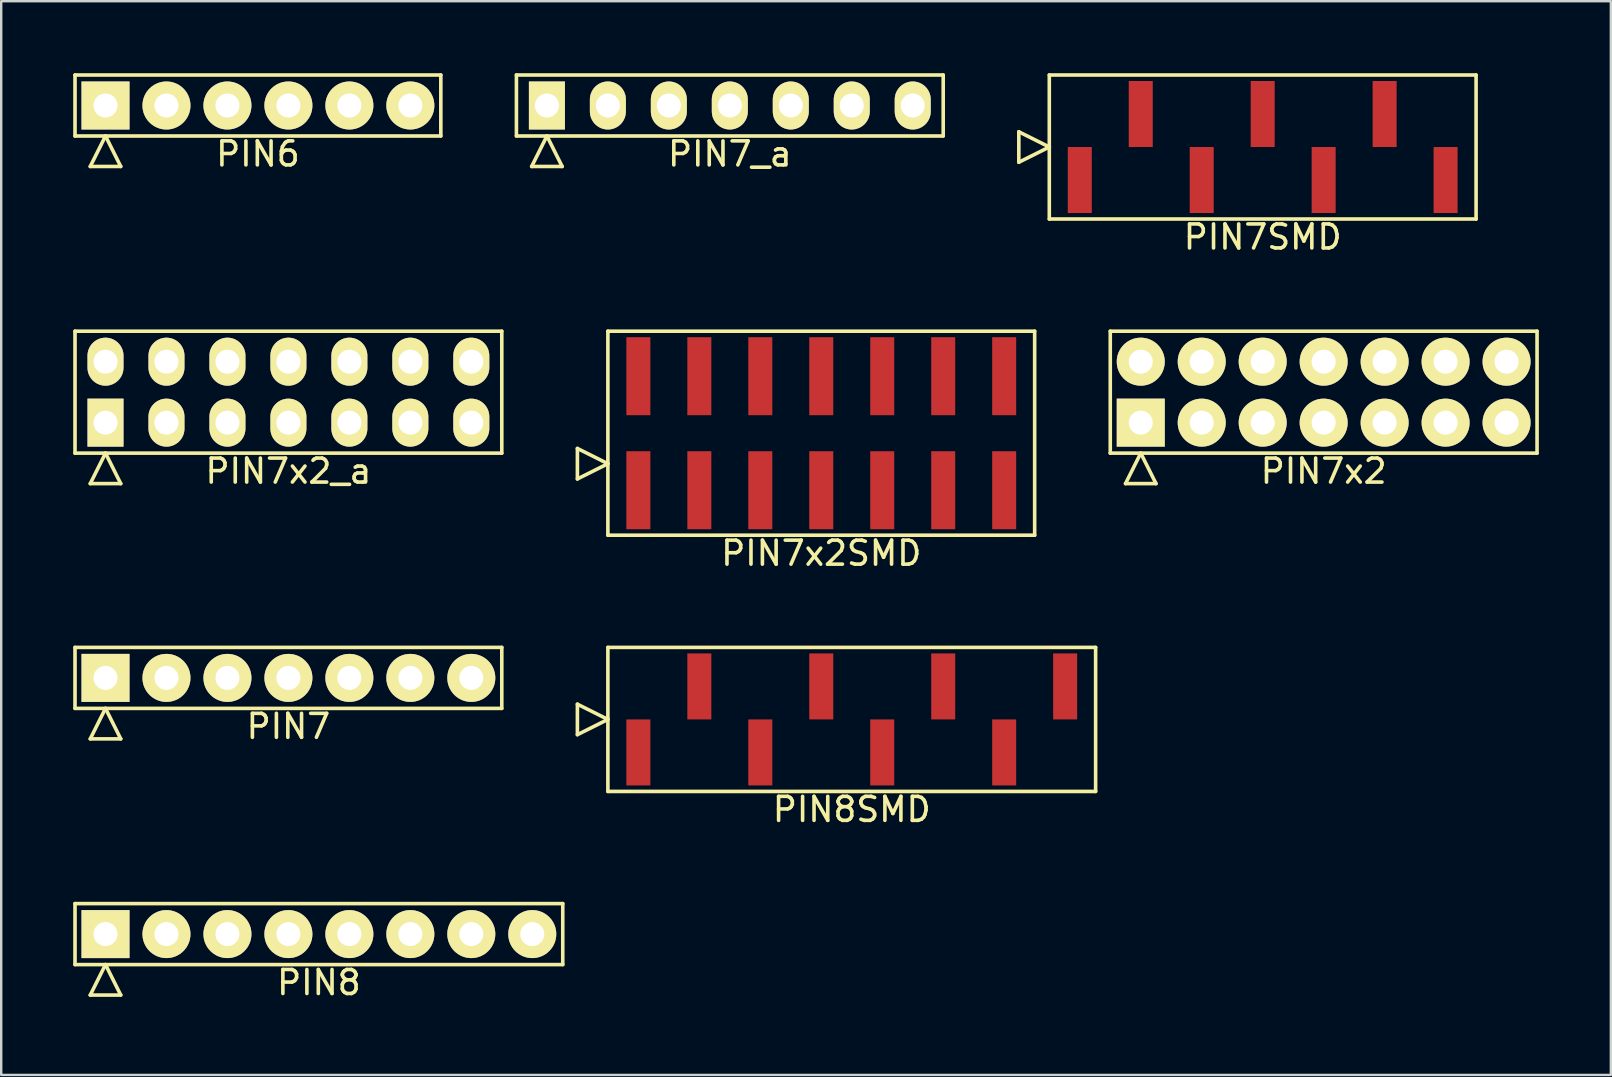
<source format=kicad_pcb>
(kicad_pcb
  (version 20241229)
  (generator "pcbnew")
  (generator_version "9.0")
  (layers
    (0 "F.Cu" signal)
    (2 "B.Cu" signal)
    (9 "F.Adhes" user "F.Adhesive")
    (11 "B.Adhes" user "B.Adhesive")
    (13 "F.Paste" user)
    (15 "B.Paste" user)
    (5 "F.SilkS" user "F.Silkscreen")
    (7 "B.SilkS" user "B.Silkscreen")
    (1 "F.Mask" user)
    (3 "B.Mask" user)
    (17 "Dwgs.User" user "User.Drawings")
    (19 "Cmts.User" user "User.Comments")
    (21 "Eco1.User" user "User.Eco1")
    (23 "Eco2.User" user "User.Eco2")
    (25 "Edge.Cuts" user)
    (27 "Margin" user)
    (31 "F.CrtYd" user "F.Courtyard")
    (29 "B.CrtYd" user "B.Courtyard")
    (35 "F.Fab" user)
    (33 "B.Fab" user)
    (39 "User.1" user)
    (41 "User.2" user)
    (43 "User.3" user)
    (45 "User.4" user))
  (footprint "PIN7x2"
    (layer "F.Cu")
    (at 52.095 13.288)
    (property "Reference" "PIN7x2" (at 0 3.29 0) (layer "F.SilkS") (effects (font (size 1 1) (thickness 0.15))))
    (attr through_hole)
    (fp_line (start -8.89 -2.54) (end -8.89 2.54) (stroke (width 0.15) (type solid)) (layer "F.SilkS"))
    (fp_line (start -8.89 2.54) (end 8.89 2.54) (stroke (width 0.15) (type solid)) (layer "F.SilkS"))
    (fp_line (start -8.255 3.81) (end -7.62 2.54) (stroke (width 0.15) (type solid)) (layer "F.SilkS"))
    (fp_line (start -8.255 3.81) (end -6.985 3.81) (stroke (width 0.15) (type solid)) (layer "F.SilkS"))
    (fp_line (start -6.985 3.81) (end -7.62 2.54) (stroke (width 0.15) (type solid)) (layer "F.SilkS"))
    (fp_line (start 8.89 -2.54) (end -8.89 -2.54) (stroke (width 0.15) (type solid)) (layer "F.SilkS"))
    (fp_line (start 8.89 2.54) (end 8.89 -2.54) (stroke (width 0.15) (type solid)) (layer "F.SilkS"))
    (pad "1" thru_hole rect (at -7.62 1.27) (size 2 2) (drill 1) (layers "*.Cu" "*.Mask" "F.SilkS"))
    (pad "2" thru_hole oval (at -7.62 -1.27) (size 2 2) (drill 1) (layers "*.Cu" "*.Mask" "F.SilkS"))
    (pad "3" thru_hole oval (at -5.08 1.27) (size 2 2) (drill 1) (layers "*.Cu" "*.Mask" "F.SilkS"))
    (pad "4" thru_hole oval (at -5.08 -1.27) (size 2 2) (drill 1) (layers "*.Cu" "*.Mask" "F.SilkS"))
    (pad "5" thru_hole oval (at -2.54 1.27) (size 2 2) (drill 1) (layers "*.Cu" "*.Mask" "F.SilkS"))
    (pad "6" thru_hole oval (at -2.54 -1.27) (size 2 2) (drill 1) (layers "*.Cu" "*.Mask" "F.SilkS"))
    (pad "7" thru_hole oval (at 0 1.27) (size 2 2) (drill 1) (layers "*.Cu" "*.Mask" "F.SilkS"))
    (pad "8" thru_hole oval (at 0 -1.27) (size 2 2) (drill 1) (layers "*.Cu" "*.Mask" "F.SilkS"))
    (pad "9" thru_hole oval (at 2.54 1.27) (size 2 2) (drill 1) (layers "*.Cu" "*.Mask" "F.SilkS"))
    (pad "10" thru_hole oval (at 2.54 -1.27) (size 2 2) (drill 1) (layers "*.Cu" "*.Mask" "F.SilkS"))
    (pad "11" thru_hole oval (at 5.08 1.27) (size 2 2) (drill 1) (layers "*.Cu" "*.Mask" "F.SilkS"))
    (pad "12" thru_hole oval (at 5.08 -1.27) (size 2 2) (drill 1) (layers "*.Cu" "*.Mask" "F.SilkS"))
    (pad "13" thru_hole oval (at 7.62 1.27) (size 2 2) (drill 1) (layers "*.Cu" "*.Mask" "F.SilkS"))
    (pad "14" thru_hole oval (at 7.62 -1.27) (size 2 2) (drill 1) (layers "*.Cu" "*.Mask" "F.SilkS")))
  (footprint "PIN7"
    (layer "F.Cu")
    (at 8.965 25.192)
    (property "Reference" "PIN7" (at 0 2.02 0) (layer "F.SilkS") (effects (font (size 1 1) (thickness 0.15))))
    (attr through_hole)
    (fp_line (start -8.89 -1.27) (end -8.89 1.27) (stroke (width 0.15) (type solid)) (layer "F.SilkS"))
    (fp_line (start -8.89 1.27) (end 8.89 1.27) (stroke (width 0.15) (type solid)) (layer "F.SilkS"))
    (fp_line (start -8.255 2.54) (end -7.62 1.27) (stroke (width 0.15) (type solid)) (layer "F.SilkS"))
    (fp_line (start -8.255 2.54) (end -6.985 2.54) (stroke (width 0.15) (type solid)) (layer "F.SilkS"))
    (fp_line (start -6.985 2.54) (end -7.62 1.27) (stroke (width 0.15) (type solid)) (layer "F.SilkS"))
    (fp_line (start 8.89 -1.27) (end -8.89 -1.27) (stroke (width 0.15) (type solid)) (layer "F.SilkS"))
    (fp_line (start 8.89 1.27) (end 8.89 -1.27) (stroke (width 0.15) (type solid)) (layer "F.SilkS"))
    (pad "1" thru_hole rect (at -7.62 0) (size 2 2) (drill 1) (layers "*.Cu" "*.Mask" "F.SilkS"))
    (pad "2" thru_hole oval (at -5.08 0) (size 2 2) (drill 1) (layers "*.Cu" "*.Mask" "F.SilkS"))
    (pad "3" thru_hole oval (at -2.54 0) (size 2 2) (drill 1) (layers "*.Cu" "*.Mask" "F.SilkS"))
    (pad "4" thru_hole oval (at 0 0) (size 2 2) (drill 1) (layers "*.Cu" "*.Mask" "F.SilkS"))
    (pad "5" thru_hole oval (at 2.54 0) (size 2 2) (drill 1) (layers "*.Cu" "*.Mask" "F.SilkS"))
    (pad "6" thru_hole oval (at 5.08 0) (size 2 2) (drill 1) (layers "*.Cu" "*.Mask" "F.SilkS"))
    (pad "7" thru_hole oval (at 7.62 0) (size 2 2) (drill 1) (layers "*.Cu" "*.Mask" "F.SilkS")))
  (footprint "PIN8"
    (layer "F.Cu")
    (at 10.235 35.865)
    (property "Reference" "PIN8" (at 0 2.02 0) (layer "F.SilkS") (effects (font (size 1 1) (thickness 0.15))))
    (attr through_hole)
    (fp_line (start -10.16 -1.27) (end -10.16 1.27) (stroke (width 0.15) (type solid)) (layer "F.SilkS"))
    (fp_line (start -10.16 1.27) (end 10.16 1.27) (stroke (width 0.15) (type solid)) (layer "F.SilkS"))
    (fp_line (start -9.525 2.54) (end -8.89 1.27) (stroke (width 0.15) (type solid)) (layer "F.SilkS"))
    (fp_line (start -9.525 2.54) (end -8.255 2.54) (stroke (width 0.15) (type solid)) (layer "F.SilkS"))
    (fp_line (start -8.255 2.54) (end -8.89 1.27) (stroke (width 0.15) (type solid)) (layer "F.SilkS"))
    (fp_line (start 10.16 -1.27) (end -10.16 -1.27) (stroke (width 0.15) (type solid)) (layer "F.SilkS"))
    (fp_line (start 10.16 1.27) (end 10.16 -1.27) (stroke (width 0.15) (type solid)) (layer "F.SilkS"))
    (pad "1" thru_hole rect (at -8.89 0) (size 2 2) (drill 1) (layers "*.Cu" "*.Mask" "F.SilkS"))
    (pad "2" thru_hole oval (at -6.35 0) (size 2 2) (drill 1) (layers "*.Cu" "*.Mask" "F.SilkS"))
    (pad "3" thru_hole oval (at -3.81 0) (size 2 2) (drill 1) (layers "*.Cu" "*.Mask" "F.SilkS"))
    (pad "4" thru_hole oval (at -1.27 0) (size 2 2) (drill 1) (layers "*.Cu" "*.Mask" "F.SilkS"))
    (pad "5" thru_hole oval (at 1.27 0) (size 2 2) (drill 1) (layers "*.Cu" "*.Mask" "F.SilkS"))
    (pad "6" thru_hole oval (at 3.81 0) (size 2 2) (drill 1) (layers "*.Cu" "*.Mask" "F.SilkS"))
    (pad "7" thru_hole oval (at 6.35 0) (size 2 2) (drill 1) (layers "*.Cu" "*.Mask" "F.SilkS"))
    (pad "8" thru_hole oval (at 8.89 0) (size 2 2) (drill 1) (layers "*.Cu" "*.Mask" "F.SilkS")))
  (footprint "PIN7x2SMD"
    (layer "F.Cu")
    (at 31.165 14.998)
    (property "Reference" "PIN7x2SMD" (at 0 5 0) (layer "F.SilkS") (effects (font (size 1 1) (thickness 0.15))))
    (attr through_hole)
    (fp_line (start -10.16 1.905) (end -10.16 0.635) (stroke (width 0.15) (type solid)) (layer "F.SilkS"))
    (fp_line (start -8.89 -4.25) (end -8.89 4.25) (stroke (width 0.15) (type solid)) (layer "F.SilkS"))
    (fp_line (start -8.89 1.27) (end -10.16 0.635) (stroke (width 0.15) (type solid)) (layer "F.SilkS"))
    (fp_line (start -8.89 1.27) (end -10.16 1.905) (stroke (width 0.15) (type solid)) (layer "F.SilkS"))
    (fp_line (start -8.89 4.25) (end 8.89 4.25) (stroke (width 0.15) (type solid)) (layer "F.SilkS"))
    (fp_line (start 8.89 -4.25) (end -8.89 -4.25) (stroke (width 0.15) (type solid)) (layer "F.SilkS"))
    (fp_line (start 8.89 4.25) (end 8.89 -4.25) (stroke (width 0.15) (type solid)) (layer "F.SilkS"))
    (pad "1" smd rect (at -7.62 2.375) (size 1 3.25) (layers "F.Cu" "F.Mask" "F.Paste"))
    (pad "2" smd rect (at -7.62 -2.375) (size 1 3.25) (layers "F.Cu" "F.Mask" "F.Paste"))
    (pad "3" smd rect (at -5.08 2.375) (size 1 3.25) (layers "F.Cu" "F.Mask" "F.Paste"))
    (pad "4" smd rect (at -5.08 -2.375) (size 1 3.25) (layers "F.Cu" "F.Mask" "F.Paste"))
    (pad "5" smd rect (at -2.54 2.375) (size 1 3.25) (layers "F.Cu" "F.Mask" "F.Paste"))
    (pad "6" smd rect (at -2.54 -2.375) (size 1 3.25) (layers "F.Cu" "F.Mask" "F.Paste"))
    (pad "7" smd rect (at 0 2.375) (size 1 3.25) (layers "F.Cu" "F.Mask" "F.Paste"))
    (pad "8" smd rect (at 0 -2.375) (size 1 3.25) (layers "F.Cu" "F.Mask" "F.Paste"))
    (pad "9" smd rect (at 2.54 2.375) (size 1 3.25) (layers "F.Cu" "F.Mask" "F.Paste"))
    (pad "10" smd rect (at 2.54 -2.375) (size 1 3.25) (layers "F.Cu" "F.Mask" "F.Paste"))
    (pad "11" smd rect (at 5.08 2.375) (size 1 3.25) (layers "F.Cu" "F.Mask" "F.Paste"))
    (pad "12" smd rect (at 5.08 -2.375) (size 1 3.25) (layers "F.Cu" "F.Mask" "F.Paste"))
    (pad "13" smd rect (at 7.62 2.375) (size 1 3.25) (layers "F.Cu" "F.Mask" "F.Paste"))
    (pad "14" smd rect (at 7.62 -2.375) (size 1 3.25) (layers "F.Cu" "F.Mask" "F.Paste")))
  (footprint "PIN8SMD"
    (layer "F.Cu")
    (at 32.435 26.922)
    (property "Reference" "PIN8SMD" (at 0 3.75 0) (layer "F.SilkS") (effects (font (size 1 1) (thickness 0.15))))
    (attr through_hole)
    (fp_line (start -11.43 0.635) (end -11.43 -0.635) (stroke (width 0.15) (type solid)) (layer "F.SilkS"))
    (fp_line (start -10.16 -3) (end -10.16 3) (stroke (width 0.15) (type solid)) (layer "F.SilkS"))
    (fp_line (start -10.16 0) (end -11.43 -0.635) (stroke (width 0.15) (type solid)) (layer "F.SilkS"))
    (fp_line (start -10.16 0) (end -11.43 0.635) (stroke (width 0.15) (type solid)) (layer "F.SilkS"))
    (fp_line (start -10.16 3) (end 10.16 3) (stroke (width 0.15) (type solid)) (layer "F.SilkS"))
    (fp_line (start 10.16 -3) (end -10.16 -3) (stroke (width 0.15) (type solid)) (layer "F.SilkS"))
    (fp_line (start 10.16 3) (end 10.16 -3) (stroke (width 0.15) (type solid)) (layer "F.SilkS"))
    (pad "1" smd rect (at -8.89 1.375) (size 1 2.75) (layers "F.Cu" "F.Mask" "F.Paste"))
    (pad "2" smd rect (at -6.35 -1.375) (size 1 2.75) (layers "F.Cu" "F.Mask" "F.Paste"))
    (pad "3" smd rect (at -3.81 1.375) (size 1 2.75) (layers "F.Cu" "F.Mask" "F.Paste"))
    (pad "4" smd rect (at -1.27 -1.375) (size 1 2.75) (layers "F.Cu" "F.Mask" "F.Paste"))
    (pad "5" smd rect (at 1.27 1.375) (size 1 2.75) (layers "F.Cu" "F.Mask" "F.Paste"))
    (pad "6" smd rect (at 3.81 -1.375) (size 1 2.75) (layers "F.Cu" "F.Mask" "F.Paste"))
    (pad "7" smd rect (at 6.35 1.375) (size 1 2.75) (layers "F.Cu" "F.Mask" "F.Paste"))
    (pad "8" smd rect (at 8.89 -1.375) (size 1 2.75) (layers "F.Cu" "F.Mask" "F.Paste")))
  (footprint "PIN7_a"
    (layer "F.Cu")
    (at 27.355 1.345)
    (property "Reference" "PIN7_a" (at 0 2.02 0) (layer "F.SilkS") (effects (font (size 1 1) (thickness 0.15))))
    (attr through_hole)
    (fp_line (start -8.89 -1.27) (end -8.89 1.27) (stroke (width 0.15) (type solid)) (layer "F.SilkS"))
    (fp_line (start -8.89 1.27) (end 8.89 1.27) (stroke (width 0.15) (type solid)) (layer "F.SilkS"))
    (fp_line (start -8.255 2.54) (end -7.62 1.27) (stroke (width 0.15) (type solid)) (layer "F.SilkS"))
    (fp_line (start -8.255 2.54) (end -6.985 2.54) (stroke (width 0.15) (type solid)) (layer "F.SilkS"))
    (fp_line (start -6.985 2.54) (end -7.62 1.27) (stroke (width 0.15) (type solid)) (layer "F.SilkS"))
    (fp_line (start 8.89 -1.27) (end -8.89 -1.27) (stroke (width 0.15) (type solid)) (layer "F.SilkS"))
    (fp_line (start 8.89 1.27) (end 8.89 -1.27) (stroke (width 0.15) (type solid)) (layer "F.SilkS"))
    (pad "1" thru_hole rect (at -7.62 0) (size 1.5 2) (drill 1) (layers "*.Cu" "*.Mask" "F.SilkS"))
    (pad "2" thru_hole oval (at -5.08 0) (size 1.5 2) (drill 1) (layers "*.Cu" "*.Mask" "F.SilkS"))
    (pad "3" thru_hole oval (at -2.54 0) (size 1.5 2) (drill 1) (layers "*.Cu" "*.Mask" "F.SilkS"))
    (pad "4" thru_hole oval (at 0 0) (size 1.5 2) (drill 1) (layers "*.Cu" "*.Mask" "F.SilkS"))
    (pad "5" thru_hole oval (at 2.54 0) (size 1.5 2) (drill 1) (layers "*.Cu" "*.Mask" "F.SilkS"))
    (pad "6" thru_hole oval (at 5.08 0) (size 1.5 2) (drill 1) (layers "*.Cu" "*.Mask" "F.SilkS"))
    (pad "7" thru_hole oval (at 7.62 0) (size 1.5 2) (drill 1) (layers "*.Cu" "*.Mask" "F.SilkS")))
  (footprint "PIN7SMD"
    (layer "F.Cu")
    (at 49.555 3.075)
    (property "Reference" "PIN7SMD" (at 0 3.75 0) (layer "F.SilkS") (effects (font (size 1 1) (thickness 0.15))))
    (attr through_hole)
    (fp_line (start -10.16 0.635) (end -10.16 -0.635) (stroke (width 0.15) (type solid)) (layer "F.SilkS"))
    (fp_line (start -8.89 -3) (end -8.89 3) (stroke (width 0.15) (type solid)) (layer "F.SilkS"))
    (fp_line (start -8.89 0) (end -10.16 -0.635) (stroke (width 0.15) (type solid)) (layer "F.SilkS"))
    (fp_line (start -8.89 0) (end -10.16 0.635) (stroke (width 0.15) (type solid)) (layer "F.SilkS"))
    (fp_line (start -8.89 3) (end 8.89 3) (stroke (width 0.15) (type solid)) (layer "F.SilkS"))
    (fp_line (start 8.89 -3) (end -8.89 -3) (stroke (width 0.15) (type solid)) (layer "F.SilkS"))
    (fp_line (start 8.89 3) (end 8.89 -3) (stroke (width 0.15) (type solid)) (layer "F.SilkS"))
    (pad "1" smd rect (at -7.62 1.375) (size 1 2.75) (layers "F.Cu" "F.Mask" "F.Paste"))
    (pad "2" smd rect (at -5.08 -1.375) (size 1 2.75) (layers "F.Cu" "F.Mask" "F.Paste"))
    (pad "3" smd rect (at -2.54 1.375) (size 1 2.75) (layers "F.Cu" "F.Mask" "F.Paste"))
    (pad "4" smd rect (at 0 -1.375) (size 1 2.75) (layers "F.Cu" "F.Mask" "F.Paste"))
    (pad "5" smd rect (at 2.54 1.375) (size 1 2.75) (layers "F.Cu" "F.Mask" "F.Paste"))
    (pad "6" smd rect (at 5.08 -1.375) (size 1 2.75) (layers "F.Cu" "F.Mask" "F.Paste"))
    (pad "7" smd rect (at 7.62 1.375) (size 1 2.75) (layers "F.Cu" "F.Mask" "F.Paste")))
  (footprint "PIN7x2_a"
    (layer "F.Cu")
    (at 8.965 13.288)
    (property "Reference" "PIN7x2_a" (at 0 3.29 0) (layer "F.SilkS") (effects (font (size 1 1) (thickness 0.15))))
    (attr through_hole)
    (fp_line (start -8.89 -2.54) (end -8.89 2.54) (stroke (width 0.15) (type solid)) (layer "F.SilkS"))
    (fp_line (start -8.89 2.54) (end 8.89 2.54) (stroke (width 0.15) (type solid)) (layer "F.SilkS"))
    (fp_line (start -8.255 3.81) (end -7.62 2.54) (stroke (width 0.15) (type solid)) (layer "F.SilkS"))
    (fp_line (start -8.255 3.81) (end -6.985 3.81) (stroke (width 0.15) (type solid)) (layer "F.SilkS"))
    (fp_line (start -6.985 3.81) (end -7.62 2.54) (stroke (width 0.15) (type solid)) (layer "F.SilkS"))
    (fp_line (start 8.89 -2.54) (end -8.89 -2.54) (stroke (width 0.15) (type solid)) (layer "F.SilkS"))
    (fp_line (start 8.89 2.54) (end 8.89 -2.54) (stroke (width 0.15) (type solid)) (layer "F.SilkS"))
    (pad "1" thru_hole rect (at -7.62 1.27) (size 1.5 2) (drill 1) (layers "*.Cu" "*.Mask" "F.SilkS"))
    (pad "2" thru_hole oval (at -7.62 -1.27) (size 1.5 2) (drill 1) (layers "*.Cu" "*.Mask" "F.SilkS"))
    (pad "3" thru_hole oval (at -5.08 1.27) (size 1.5 2) (drill 1) (layers "*.Cu" "*.Mask" "F.SilkS"))
    (pad "4" thru_hole oval (at -5.08 -1.27) (size 1.5 2) (drill 1) (layers "*.Cu" "*.Mask" "F.SilkS"))
    (pad "5" thru_hole oval (at -2.54 1.27) (size 1.5 2) (drill 1) (layers "*.Cu" "*.Mask" "F.SilkS"))
    (pad "6" thru_hole oval (at -2.54 -1.27) (size 1.5 2) (drill 1) (layers "*.Cu" "*.Mask" "F.SilkS"))
    (pad "7" thru_hole oval (at 0 1.27) (size 1.5 2) (drill 1) (layers "*.Cu" "*.Mask" "F.SilkS"))
    (pad "8" thru_hole oval (at 0 -1.27) (size 1.5 2) (drill 1) (layers "*.Cu" "*.Mask" "F.SilkS"))
    (pad "9" thru_hole oval (at 2.54 1.27) (size 1.5 2) (drill 1) (layers "*.Cu" "*.Mask" "F.SilkS"))
    (pad "10" thru_hole oval (at 2.54 -1.27) (size 1.5 2) (drill 1) (layers "*.Cu" "*.Mask" "F.SilkS"))
    (pad "11" thru_hole oval (at 5.08 1.27) (size 1.5 2) (drill 1) (layers "*.Cu" "*.Mask" "F.SilkS"))
    (pad "12" thru_hole oval (at 5.08 -1.27) (size 1.5 2) (drill 1) (layers "*.Cu" "*.Mask" "F.SilkS"))
    (pad "13" thru_hole oval (at 7.62 1.27) (size 1.5 2) (drill 1) (layers "*.Cu" "*.Mask" "F.SilkS"))
    (pad "14" thru_hole oval (at 7.62 -1.27) (size 1.5 2) (drill 1) (layers "*.Cu" "*.Mask" "F.SilkS")))
  (footprint "PIN6"
    (layer "F.Cu")
    (at 7.695 1.345)
    (property "Reference" "PIN6" (at 0 2.02 0) (layer "F.SilkS") (effects (font (size 1 1) (thickness 0.15))))
    (attr through_hole)
    (fp_line (start -7.62 -1.27) (end -7.62 1.27) (stroke (width 0.15) (type solid)) (layer "F.SilkS"))
    (fp_line (start -7.62 1.27) (end 7.62 1.27) (stroke (width 0.15) (type solid)) (layer "F.SilkS"))
    (fp_line (start -6.985 2.54) (end -6.35 1.27) (stroke (width 0.15) (type solid)) (layer "F.SilkS"))
    (fp_line (start -6.985 2.54) (end -5.715 2.54) (stroke (width 0.15) (type solid)) (layer "F.SilkS"))
    (fp_line (start -5.715 2.54) (end -6.35 1.27) (stroke (width 0.15) (type solid)) (layer "F.SilkS"))
    (fp_line (start 7.62 -1.27) (end -7.62 -1.27) (stroke (width 0.15) (type solid)) (layer "F.SilkS"))
    (fp_line (start 7.62 1.27) (end 7.62 -1.27) (stroke (width 0.15) (type solid)) (layer "F.SilkS"))
    (pad "1" thru_hole rect (at -6.35 0) (size 2 2) (drill 1) (layers "*.Cu" "*.Mask" "F.SilkS"))
    (pad "2" thru_hole oval (at -3.81 0) (size 2 2) (drill 1) (layers "*.Cu" "*.Mask" "F.SilkS"))
    (pad "3" thru_hole oval (at -1.27 0) (size 2 2) (drill 1) (layers "*.Cu" "*.Mask" "F.SilkS"))
    (pad "4" thru_hole oval (at 1.27 0) (size 2 2) (drill 1) (layers "*.Cu" "*.Mask" "F.SilkS"))
    (pad "5" thru_hole oval (at 3.81 0) (size 2 2) (drill 1) (layers "*.Cu" "*.Mask" "F.SilkS"))
    (pad "6" thru_hole oval (at 6.35 0) (size 2 2) (drill 1) (layers "*.Cu" "*.Mask" "F.SilkS")))
  (gr_rect
    (start -3 -3)
    (end 64.06 41.733)
    (stroke (width 0.1) (type default))
    (fill no)
    (layer "Edge.Cuts")))
</source>
